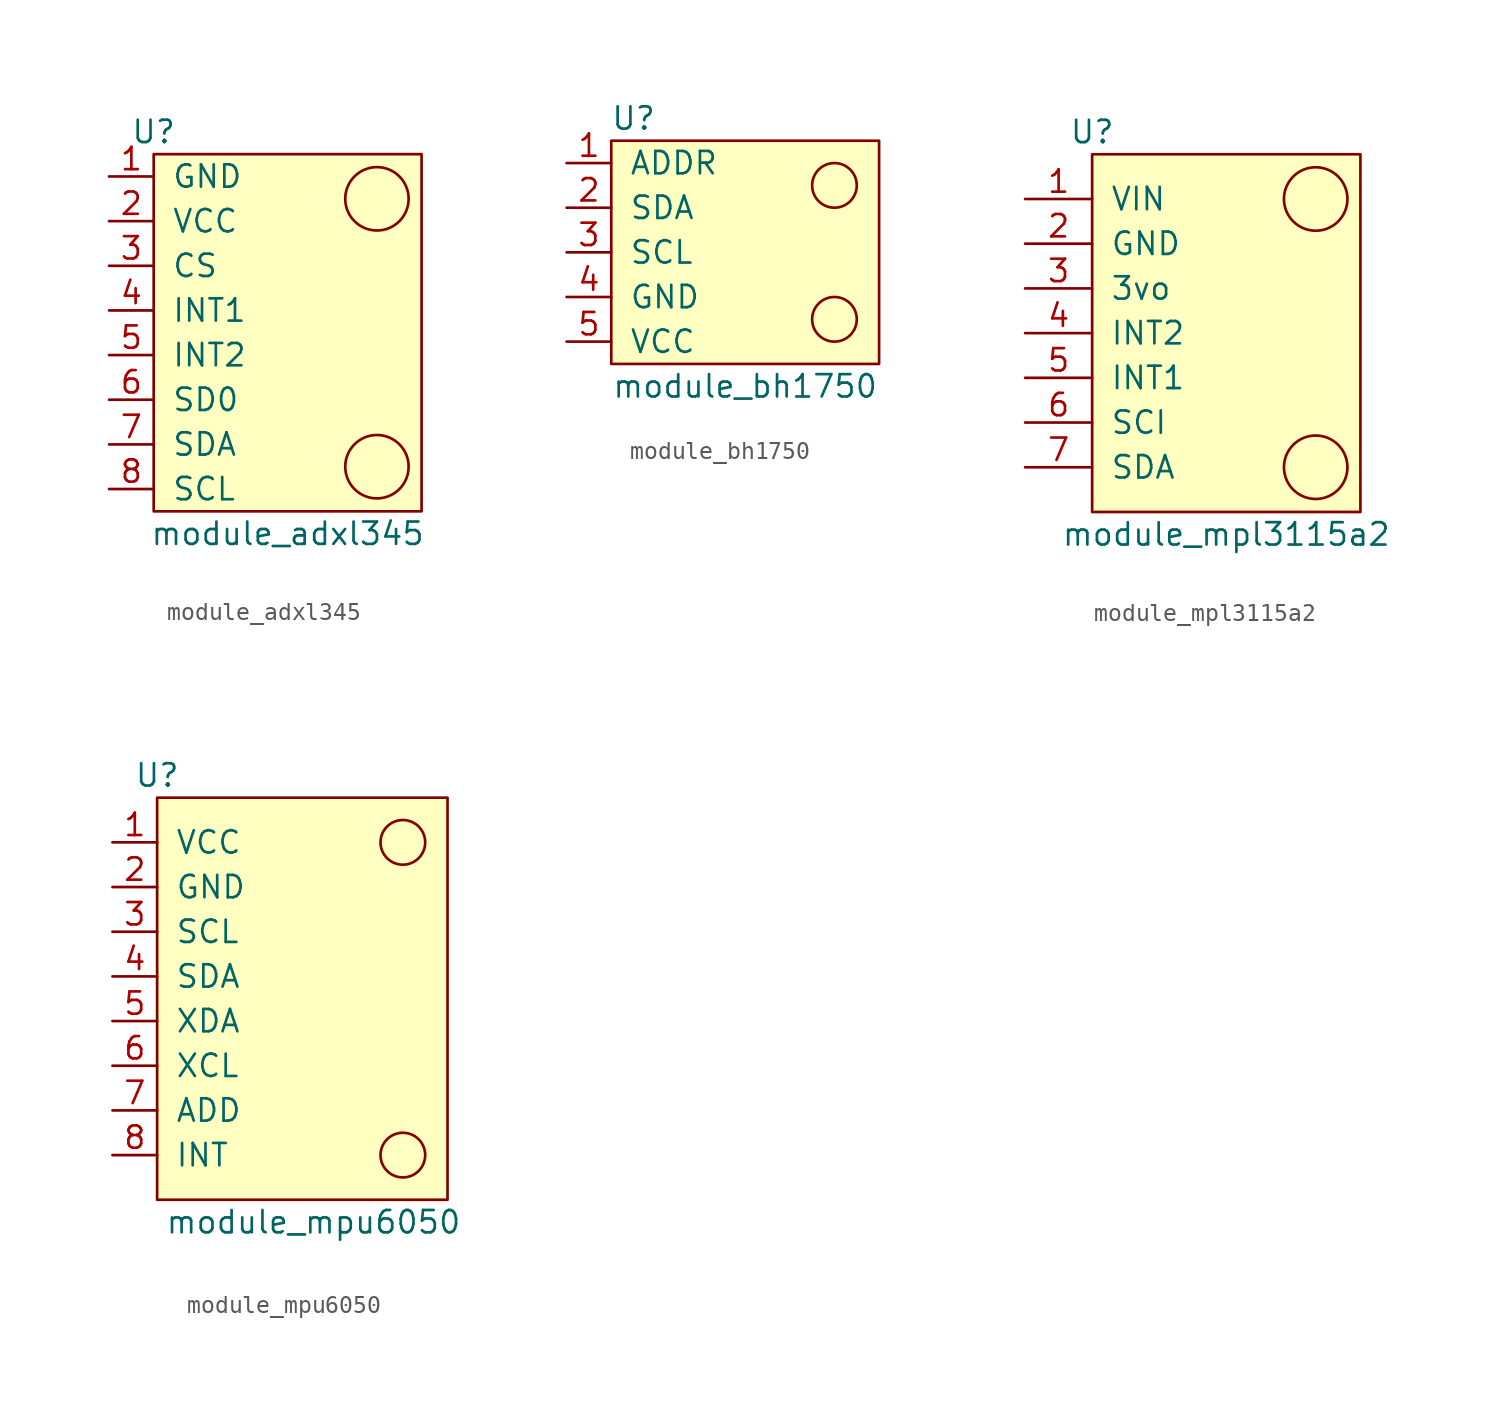
<source format=kicad_sym>
(kicad_symbol_lib
  (version 20241209)
  (generator "kicad_symbol_editor")
  (generator_version "9.0")
  (symbol "module_adxl345"
    (pin_names
      (offset 1.016))
    (property "Reference" "U"
      (at 2.54 13.97 0)
      (effects (font (size 1.27 1.27))))
    (property "Value" "module_adxl345"
      (at 10.16 -8.89 0)
      (effects (font (size 1.27 1.27))))
    (symbol "module_adxl345_0_1"
      (rectangle (start 2.54 12.7) (end 17.78 -7.62) (stroke (width 0) (type default)) (fill (type background)))
      (circle (center 15.24 10.16) (radius 1.803) (stroke (width 0) (type default)) (fill (type none)))
      (circle (center 15.24 -5.08) (radius 1.803) (stroke (width 0) (type default)) (fill (type none))))
    (symbol "module_adxl345_1_1"
      (pin input line (at 0 11.43 0) (length 2.54) (name "GND" (effects (font (size 1.27 1.27)))) (number "1" (effects (font (size 1.27 1.27)))))
      (pin input line (at 0 8.89 0) (length 2.54) (name "VCC" (effects (font (size 1.27 1.27)))) (number "2" (effects (font (size 1.27 1.27)))))
      (pin input line (at 0 6.35 0) (length 2.54) (name "CS" (effects (font (size 1.27 1.27)))) (number "3" (effects (font (size 1.27 1.27)))))
      (pin input line (at 0 3.81 0) (length 2.54) (name "INT1" (effects (font (size 1.27 1.27)))) (number "4" (effects (font (size 1.27 1.27)))))
      (pin input line (at 0 1.27 0) (length 2.54) (name "INT2" (effects (font (size 1.27 1.27)))) (number "5" (effects (font (size 1.27 1.27)))))
      (pin input line (at 0 -1.27 0) (length 2.54) (name "SD0" (effects (font (size 1.27 1.27)))) (number "6" (effects (font (size 1.27 1.27)))))
      (pin input line (at 0 -3.81 0) (length 2.54) (name "SDA" (effects (font (size 1.27 1.27)))) (number "7" (effects (font (size 1.27 1.27)))))
      (pin input line (at 0 -6.35 0) (length 2.54) (name "SCL" (effects (font (size 1.27 1.27)))) (number "8" (effects (font (size 1.27 1.27)))))))
  (symbol "module_bh1750"
    (pin_names
      (offset 1.016))
    (property "Reference" "U"
      (at 3.81 10.16 0)
      (effects (font (size 1.27 1.27))))
    (property "Value" "module_bh1750"
      (at 10.16 -5.08 0)
      (effects (font (size 1.27 1.27))))
    (symbol "module_bh1750_0_1"
      (rectangle (start 2.54 8.89) (end 17.78 -3.81) (stroke (width 0) (type default)) (fill (type background)))
      (circle (center 15.24 6.35) (radius 1.27) (stroke (width 0) (type default)) (fill (type none)))
      (circle (center 15.24 -1.27) (radius 1.27) (stroke (width 0) (type default)) (fill (type none))))
    (symbol "module_bh1750_1_1"
      (pin input line (at 0 7.62 0) (length 2.54) (name "ADDR" (effects (font (size 1.27 1.27)))) (number "1" (effects (font (size 1.27 1.27)))))
      (pin input line (at 0 5.08 0) (length 2.54) (name "SDA" (effects (font (size 1.27 1.27)))) (number "2" (effects (font (size 1.27 1.27)))))
      (pin input line (at 0 2.54 0) (length 2.54) (name "SCL" (effects (font (size 1.27 1.27)))) (number "3" (effects (font (size 1.27 1.27)))))
      (pin input line (at 0 0 0) (length 2.54) (name "GND" (effects (font (size 1.27 1.27)))) (number "4" (effects (font (size 1.27 1.27)))))
      (pin input line (at 0 -2.54 0) (length 2.54) (name "VCC" (effects (font (size 1.27 1.27)))) (number "5" (effects (font (size 1.27 1.27)))))))
  (symbol "module_mpl3115a2"
    (pin_names
      (offset 1.016))
    (property "Reference" "U"
      (at 3.81 12.7 0)
      (effects (font (size 1.27 1.27))))
    (property "Value" "module_mpl3115a2"
      (at 11.43 -10.16 0)
      (effects (font (size 1.27 1.27))))
    (symbol "module_mpl3115a2_0_1"
      (rectangle (start 3.81 11.43) (end 19.05 -8.89) (stroke (width 0) (type default)) (fill (type background)))
      (circle (center 16.51 8.89) (radius 1.803) (stroke (width 0) (type default)) (fill (type none)))
      (circle (center 16.51 -6.35) (radius 1.803) (stroke (width 0) (type default)) (fill (type none))))
    (symbol "module_mpl3115a2_1_1"
      (pin passive line (at 0 8.89 0) (length 3.81) (name "VIN" (effects (font (size 1.27 1.27)))) (number "1" (effects (font (size 1.27 1.27)))))
      (pin passive line (at 0 6.35 0) (length 3.81) (name "GND" (effects (font (size 1.27 1.27)))) (number "2" (effects (font (size 1.27 1.27)))))
      (pin passive line (at 0 3.81 0) (length 3.81) (name "3vo" (effects (font (size 1.27 1.27)))) (number "3" (effects (font (size 1.27 1.27)))))
      (pin passive line (at 0 1.27 0) (length 3.81) (name "INT2" (effects (font (size 1.27 1.27)))) (number "4" (effects (font (size 1.27 1.27)))))
      (pin passive line (at 0 -1.27 0) (length 3.81) (name "INT1" (effects (font (size 1.27 1.27)))) (number "5" (effects (font (size 1.27 1.27)))))
      (pin passive line (at 0 -3.81 0) (length 3.81) (name "SCI" (effects (font (size 1.27 1.27)))) (number "6" (effects (font (size 1.27 1.27)))))
      (pin passive line (at 0 -6.35 0) (length 3.81) (name "SDA" (effects (font (size 1.27 1.27)))) (number "7" (effects (font (size 1.27 1.27)))))))
  (symbol "module_mpu6050"
    (pin_names
      (offset 1.016))
    (property "Reference" "U"
      (at 2.54 21.59 0)
      (effects (font (size 1.27 1.27))))
    (property "Value" "module_mpu6050"
      (at 11.43 -3.81 0)
      (effects (font (size 1.27 1.27))))
    (symbol "module_mpu6050_0_1"
      (rectangle (start 2.54 20.32) (end 19.05 -2.54) (stroke (width 0) (type default)) (fill (type background)))
      (circle (center 16.51 17.78) (radius 1.27) (stroke (width 0) (type default)) (fill (type none)))
      (circle (center 16.51 0) (radius 1.27) (stroke (width 0) (type default)) (fill (type none))))
    (symbol "module_mpu6050_1_1"
      (pin input line (at 0 17.78 0) (length 2.54) (name "VCC" (effects (font (size 1.27 1.27)))) (number "1" (effects (font (size 1.27 1.27)))))
      (pin input line (at 0 15.24 0) (length 2.54) (name "GND" (effects (font (size 1.27 1.27)))) (number "2" (effects (font (size 1.27 1.27)))))
      (pin input line (at 0 12.7 0) (length 2.54) (name "SCL" (effects (font (size 1.27 1.27)))) (number "3" (effects (font (size 1.27 1.27)))))
      (pin input line (at 0 10.16 0) (length 2.54) (name "SDA" (effects (font (size 1.27 1.27)))) (number "4" (effects (font (size 1.27 1.27)))))
      (pin input line (at 0 7.62 0) (length 2.54) (name "XDA" (effects (font (size 1.27 1.27)))) (number "5" (effects (font (size 1.27 1.27)))))
      (pin input line (at 0 5.08 0) (length 2.54) (name "XCL" (effects (font (size 1.27 1.27)))) (number "6" (effects (font (size 1.27 1.27)))))
      (pin input line (at 0 2.54 0) (length 2.54) (name "ADD" (effects (font (size 1.27 1.27)))) (number "7" (effects (font (size 1.27 1.27)))))
      (pin input line (at 0 0 0) (length 2.54) (name "INT" (effects (font (size 1.27 1.27)))) (number "8" (effects (font (size 1.27 1.27))))))))
</source>
